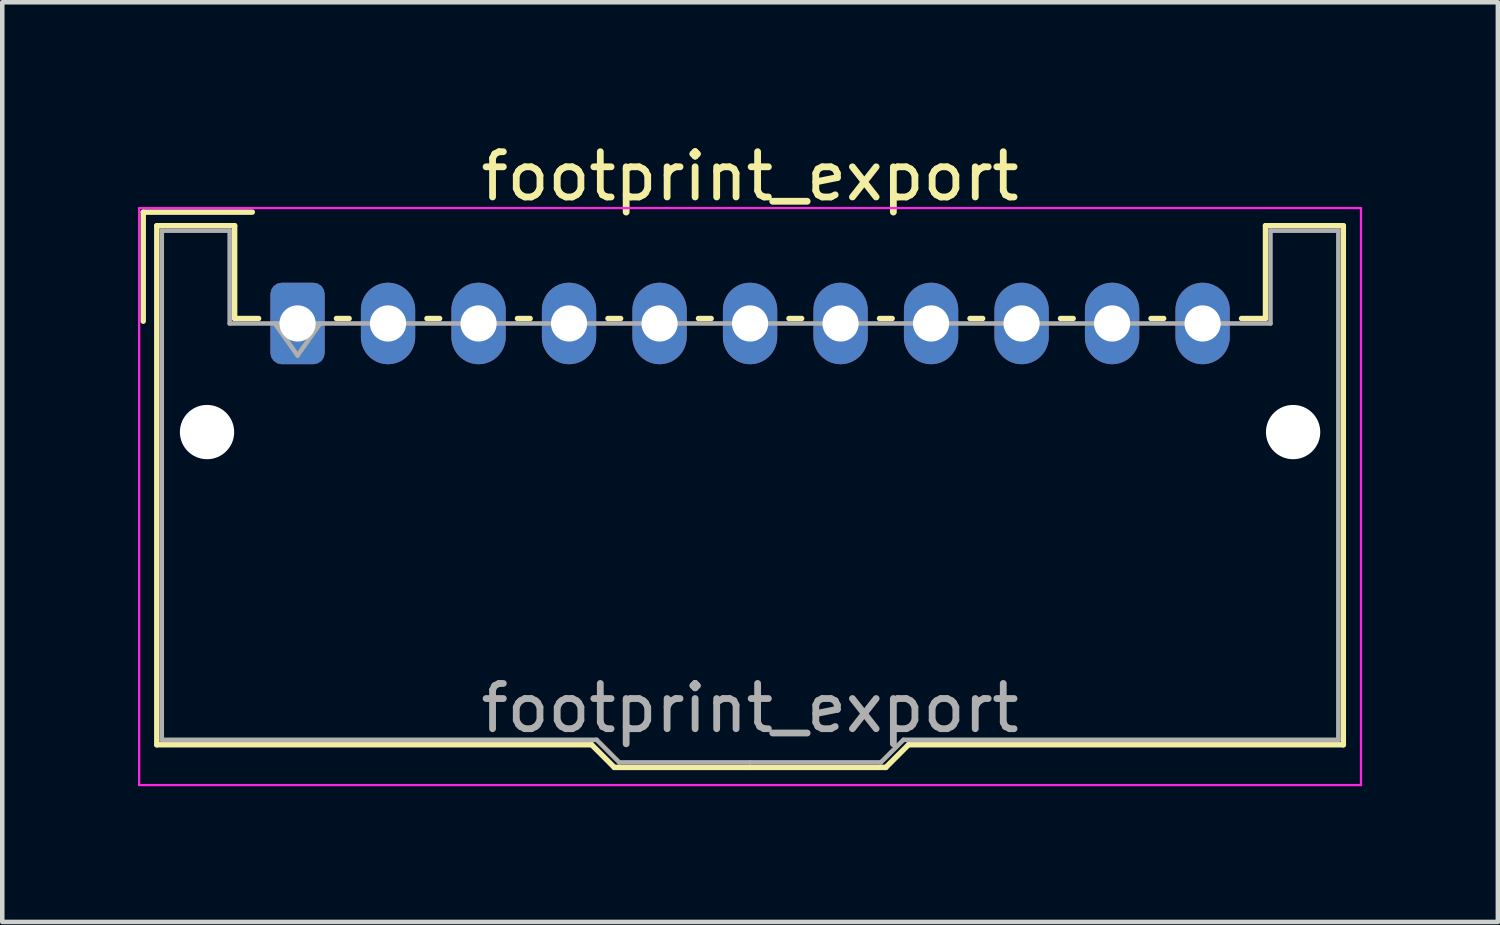
<source format=kicad_pcb>
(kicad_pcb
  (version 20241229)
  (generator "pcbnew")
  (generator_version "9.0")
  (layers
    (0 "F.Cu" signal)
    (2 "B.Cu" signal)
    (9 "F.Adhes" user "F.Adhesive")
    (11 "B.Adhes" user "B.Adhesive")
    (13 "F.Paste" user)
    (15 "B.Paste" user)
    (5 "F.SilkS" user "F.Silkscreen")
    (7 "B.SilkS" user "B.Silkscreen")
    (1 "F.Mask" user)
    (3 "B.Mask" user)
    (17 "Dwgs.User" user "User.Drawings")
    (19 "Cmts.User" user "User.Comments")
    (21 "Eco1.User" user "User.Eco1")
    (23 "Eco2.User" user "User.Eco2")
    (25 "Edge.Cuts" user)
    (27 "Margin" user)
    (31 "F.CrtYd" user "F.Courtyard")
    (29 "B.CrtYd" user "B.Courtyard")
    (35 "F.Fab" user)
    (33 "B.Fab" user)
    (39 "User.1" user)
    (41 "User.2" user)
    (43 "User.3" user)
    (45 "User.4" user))
  (footprint "footprint_export"
    (layer "F.Cu")
    (at 3.525 4.098)
    (property "Reference" "footprint_export" (at 10 -3.25 0) (layer "F.SilkS") (effects (font (size 1 1) (thickness 0.15))))
    (attr through_hole)
    (fp_line (start -3.41 -2.46) (end -1 -2.46) (stroke (width 0.12) (type solid)) (layer "F.SilkS"))
    (fp_line (start -3.41 -0.05) (end -3.41 -2.46) (stroke (width 0.12) (type solid)) (layer "F.SilkS"))
    (fp_line (start -3.11 -2.16) (end -1.39 -2.16) (stroke (width 0.12) (type solid)) (layer "F.SilkS"))
    (fp_line (start -3.11 9.31) (end -3.11 -2.16) (stroke (width 0.12) (type solid)) (layer "F.SilkS"))
    (fp_line (start -1.39 -2.16) (end -1.39 -0.11) (stroke (width 0.12) (type solid)) (layer "F.SilkS"))
    (fp_line (start -1.39 -0.11) (end -0.86 -0.11) (stroke (width 0.12) (type solid)) (layer "F.SilkS"))
    (fp_line (start 0.86 -0.11) (end 1.14 -0.11) (stroke (width 0.12) (type solid)) (layer "F.SilkS"))
    (fp_line (start 2.86 -0.11) (end 3.14 -0.11) (stroke (width 0.12) (type solid)) (layer "F.SilkS"))
    (fp_line (start 4.86 -0.11) (end 5.14 -0.11) (stroke (width 0.12) (type solid)) (layer "F.SilkS"))
    (fp_line (start 6.5 9.31) (end -3.11 9.31) (stroke (width 0.12) (type solid)) (layer "F.SilkS"))
    (fp_line (start 6.86 -0.11) (end 7.14 -0.11) (stroke (width 0.12) (type solid)) (layer "F.SilkS"))
    (fp_line (start 7 9.81) (end 6.5 9.31) (stroke (width 0.12) (type solid)) (layer "F.SilkS"))
    (fp_line (start 8.86 -0.11) (end 9.14 -0.11) (stroke (width 0.12) (type solid)) (layer "F.SilkS"))
    (fp_line (start 10 9.81) (end 7 9.81) (stroke (width 0.12) (type solid)) (layer "F.SilkS"))
    (fp_line (start 10 9.81) (end 13 9.81) (stroke (width 0.12) (type solid)) (layer "F.SilkS"))
    (fp_line (start 10.86 -0.11) (end 11.14 -0.11) (stroke (width 0.12) (type solid)) (layer "F.SilkS"))
    (fp_line (start 12.86 -0.11) (end 13.14 -0.11) (stroke (width 0.12) (type solid)) (layer "F.SilkS"))
    (fp_line (start 13 9.81) (end 13.5 9.31) (stroke (width 0.12) (type solid)) (layer "F.SilkS"))
    (fp_line (start 13.5 9.31) (end 23.11 9.31) (stroke (width 0.12) (type solid)) (layer "F.SilkS"))
    (fp_line (start 14.86 -0.11) (end 15.14 -0.11) (stroke (width 0.12) (type solid)) (layer "F.SilkS"))
    (fp_line (start 16.86 -0.11) (end 17.14 -0.11) (stroke (width 0.12) (type solid)) (layer "F.SilkS"))
    (fp_line (start 18.86 -0.11) (end 19.14 -0.11) (stroke (width 0.12) (type solid)) (layer "F.SilkS"))
    (fp_line (start 21.39 -2.16) (end 21.39 -0.11) (stroke (width 0.12) (type solid)) (layer "F.SilkS"))
    (fp_line (start 21.39 -0.11) (end 20.86 -0.11) (stroke (width 0.12) (type solid)) (layer "F.SilkS"))
    (fp_line (start 23.11 -2.16) (end 21.39 -2.16) (stroke (width 0.12) (type solid)) (layer "F.SilkS"))
    (fp_line (start 23.11 9.31) (end 23.11 -2.16) (stroke (width 0.12) (type solid)) (layer "F.SilkS"))
    (fp_line (start -3.5 -2.55) (end -3.5 10.2) (stroke (width 0.05) (type solid)) (layer "F.CrtYd"))
    (fp_line (start -3.5 10.2) (end 23.5 10.2) (stroke (width 0.05) (type solid)) (layer "F.CrtYd"))
    (fp_line (start 23.5 -2.55) (end -3.5 -2.55) (stroke (width 0.05) (type solid)) (layer "F.CrtYd"))
    (fp_line (start 23.5 10.2) (end 23.5 -2.55) (stroke (width 0.05) (type solid)) (layer "F.CrtYd"))
    (fp_line (start -3 -2.05) (end -1.5 -2.05) (stroke (width 0.1) (type solid)) (layer "F.Fab"))
    (fp_line (start -3 9.2) (end -3 -2.05) (stroke (width 0.1) (type solid)) (layer "F.Fab"))
    (fp_line (start -1.5 -2.05) (end -1.5 0) (stroke (width 0.1) (type solid)) (layer "F.Fab"))
    (fp_line (start -1.5 0) (end 10 0) (stroke (width 0.1) (type solid)) (layer "F.Fab"))
    (fp_line (start -0.5 0) (end 0 0.707) (stroke (width 0.1) (type solid)) (layer "F.Fab"))
    (fp_line (start 0 0.707) (end 0.5 0) (stroke (width 0.1) (type solid)) (layer "F.Fab"))
    (fp_line (start 6.61 9.2) (end -3 9.2) (stroke (width 0.1) (type solid)) (layer "F.Fab"))
    (fp_line (start 7.11 9.7) (end 6.61 9.2) (stroke (width 0.1) (type solid)) (layer "F.Fab"))
    (fp_line (start 10 9.7) (end 7.11 9.7) (stroke (width 0.1) (type solid)) (layer "F.Fab"))
    (fp_line (start 10 9.7) (end 12.89 9.7) (stroke (width 0.1) (type solid)) (layer "F.Fab"))
    (fp_line (start 12.89 9.7) (end 13.39 9.2) (stroke (width 0.1) (type solid)) (layer "F.Fab"))
    (fp_line (start 13.39 9.2) (end 23 9.2) (stroke (width 0.1) (type solid)) (layer "F.Fab"))
    (fp_line (start 21.5 -2.05) (end 21.5 0) (stroke (width 0.1) (type solid)) (layer "F.Fab"))
    (fp_line (start 21.5 0) (end 10 0) (stroke (width 0.1) (type solid)) (layer "F.Fab"))
    (fp_line (start 23 -2.05) (end 21.5 -2.05) (stroke (width 0.1) (type solid)) (layer "F.Fab"))
    (fp_line (start 23 9.2) (end 23 -2.05) (stroke (width 0.1) (type solid)) (layer "F.Fab"))
    (fp_text user "${REFERENCE}" (at 10 8.5 0) (layer "F.Fab") (effects (font (size 1 1) (thickness 0.15))))
    (pad "" np_thru_hole circle (at -2 2.4) (size 1.2 1.2) (drill 1.2) (layers "*.Cu" "*.Mask"))
    (pad "" np_thru_hole circle (at 22 2.4) (size 1.2 1.2) (drill 1.2) (layers "*.Cu" "*.Mask"))
    (pad "1" thru_hole roundrect (at 0 0) (size 1.2 1.8) (drill 0.8) (layers "*.Cu" "*.Mask") (roundrect_rratio 0.208))
    (pad "2" thru_hole oval (at 2 0) (size 1.2 1.8) (drill 0.8) (layers "*.Cu" "*.Mask"))
    (pad "3" thru_hole oval (at 4 0) (size 1.2 1.8) (drill 0.8) (layers "*.Cu" "*.Mask"))
    (pad "4" thru_hole oval (at 6 0) (size 1.2 1.8) (drill 0.8) (layers "*.Cu" "*.Mask"))
    (pad "5" thru_hole oval (at 8 0) (size 1.2 1.8) (drill 0.8) (layers "*.Cu" "*.Mask"))
    (pad "6" thru_hole oval (at 10 0) (size 1.2 1.8) (drill 0.8) (layers "*.Cu" "*.Mask"))
    (pad "7" thru_hole oval (at 12 0) (size 1.2 1.8) (drill 0.8) (layers "*.Cu" "*.Mask"))
    (pad "8" thru_hole oval (at 14 0) (size 1.2 1.8) (drill 0.8) (layers "*.Cu" "*.Mask"))
    (pad "9" thru_hole oval (at 16 0) (size 1.2 1.8) (drill 0.8) (layers "*.Cu" "*.Mask"))
    (pad "10" thru_hole oval (at 18 0) (size 1.2 1.8) (drill 0.8) (layers "*.Cu" "*.Mask"))
    (pad "11" thru_hole oval (at 20 0) (size 1.2 1.8) (drill 0.8) (layers "*.Cu" "*.Mask")))
  (gr_rect
    (start -3 -3)
    (end 30.05 17.323)
    (stroke (width 0.1) (type default))
    (fill no)
    (layer "Edge.Cuts")))
</source>
